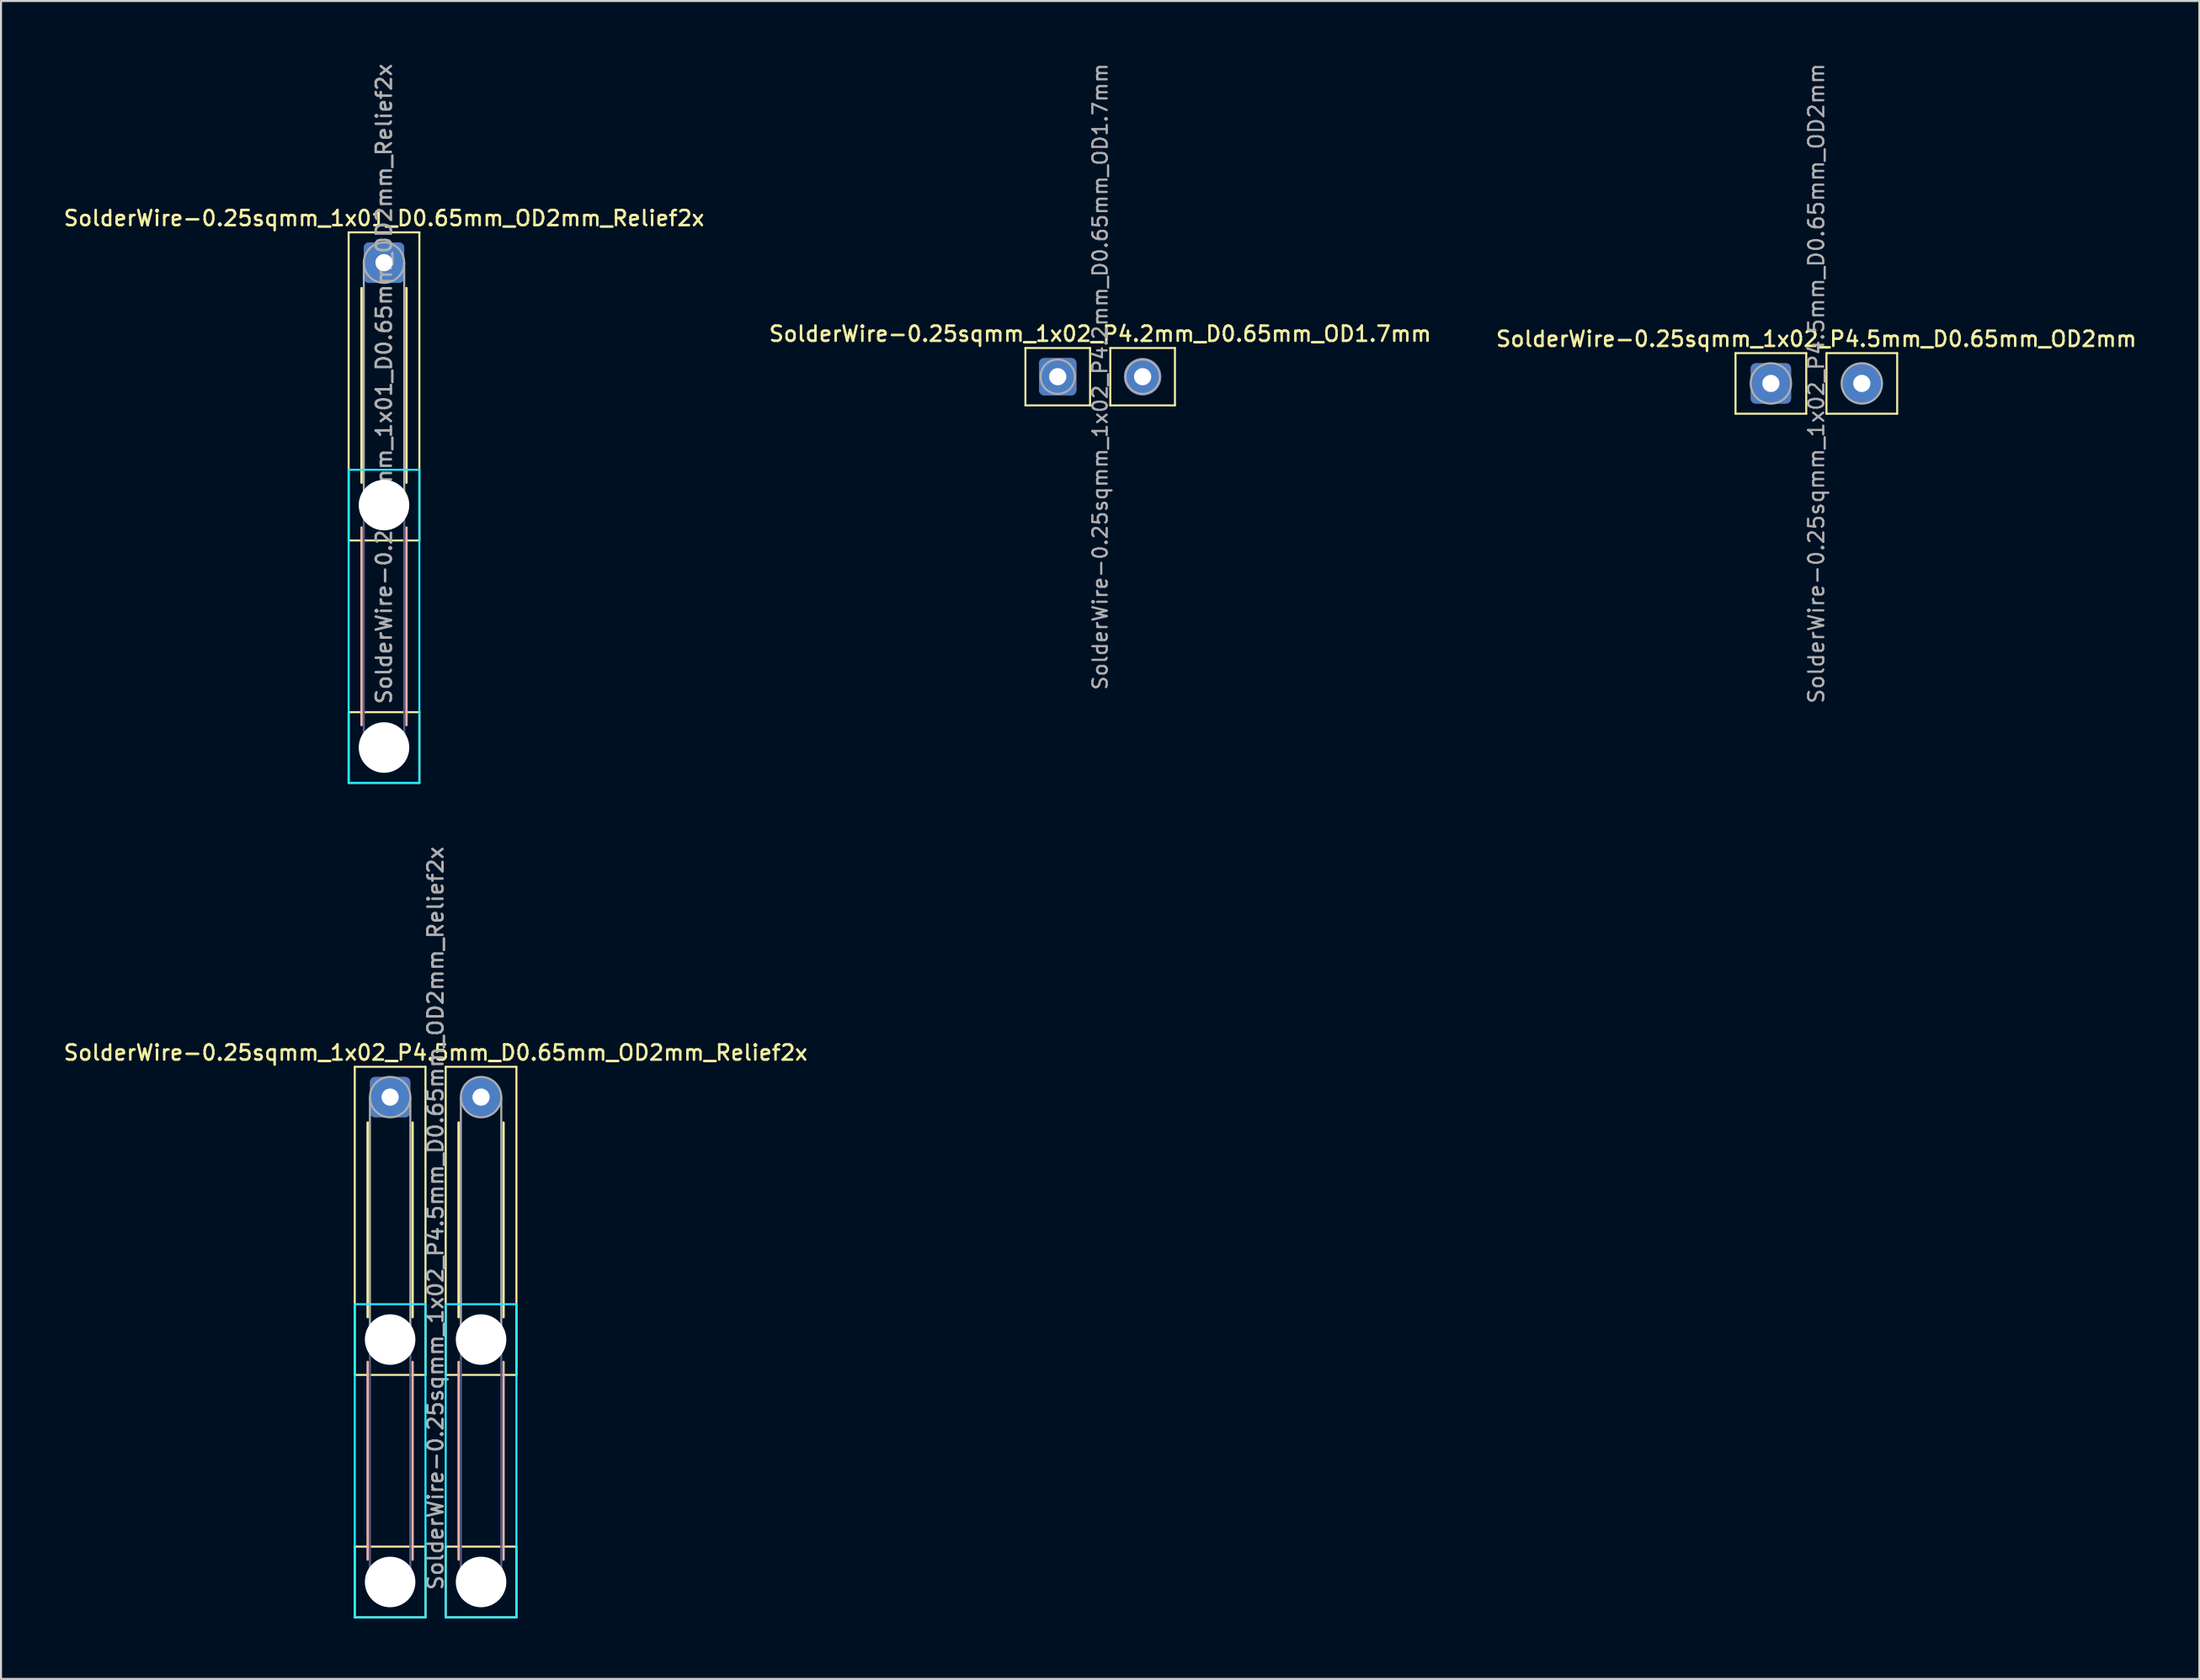
<source format=kicad_pcb>
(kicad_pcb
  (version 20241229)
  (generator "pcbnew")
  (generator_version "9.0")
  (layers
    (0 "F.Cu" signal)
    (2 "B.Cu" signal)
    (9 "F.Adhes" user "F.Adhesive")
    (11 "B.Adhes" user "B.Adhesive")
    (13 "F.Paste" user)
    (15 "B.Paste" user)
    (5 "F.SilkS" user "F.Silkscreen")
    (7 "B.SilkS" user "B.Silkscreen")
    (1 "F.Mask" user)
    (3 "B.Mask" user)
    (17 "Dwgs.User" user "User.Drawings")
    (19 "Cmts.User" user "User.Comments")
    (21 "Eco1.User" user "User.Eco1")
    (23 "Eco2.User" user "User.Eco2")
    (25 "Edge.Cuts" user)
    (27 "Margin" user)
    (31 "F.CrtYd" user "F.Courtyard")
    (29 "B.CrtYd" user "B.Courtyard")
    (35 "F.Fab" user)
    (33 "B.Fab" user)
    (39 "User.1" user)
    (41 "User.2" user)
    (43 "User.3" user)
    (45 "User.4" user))
  (footprint "SolderWire-0.25sqmm_1x02_P4.2mm_D0.65mm_OD1.7mm"
    (layer "F.Cu")
    (at 49.291 15.596)
    (property "Reference" "SolderWire-0.25sqmm_1x02_P4.2mm_D0.65mm_OD1.7mm" (at 2.1 -2.12 0) (layer "F.SilkS") (effects (font (size 0.75 0.75) (thickness 0.125))))
    (attr exclude_from_pos_files exclude_from_bom)
    (fp_line (start -1.6 -1.42) (end -1.6 1.42) (stroke (width 0.1) (type solid)) (layer "F.SilkS"))
    (fp_line (start -1.6 1.42) (end 1.6 1.42) (stroke (width 0.1) (type solid)) (layer "F.SilkS"))
    (fp_line (start 1.6 -1.42) (end -1.6 -1.42) (stroke (width 0.1) (type solid)) (layer "F.SilkS"))
    (fp_line (start 1.6 1.42) (end 1.6 -1.42) (stroke (width 0.1) (type solid)) (layer "F.SilkS"))
    (fp_line (start 2.6 -1.42) (end 2.6 1.42) (stroke (width 0.1) (type solid)) (layer "F.SilkS"))
    (fp_line (start 2.6 1.42) (end 5.8 1.42) (stroke (width 0.1) (type solid)) (layer "F.SilkS"))
    (fp_line (start 5.8 -1.42) (end 2.6 -1.42) (stroke (width 0.1) (type solid)) (layer "F.SilkS"))
    (fp_line (start 5.8 1.42) (end 5.8 -1.42) (stroke (width 0.1) (type solid)) (layer "F.SilkS"))
    (fp_circle (center 0 0) (end 0.85 0) (stroke (width 0.1) (type solid)) (fill no) (layer "F.Fab"))
    (fp_circle (center 4.2 0) (end 5.05 0) (stroke (width 0.1) (type solid)) (fill no) (layer "F.Fab"))
    (fp_text user "${REFERENCE}" (at 2.1 0 90) (layer "F.Fab") (effects (font (size 0.71 0.71) (thickness 0.11))))
    (pad "1" thru_hole roundrect (at 0 0) (size 1.85 1.85) (drill 0.85) (layers "*.Cu" "*.Mask") (roundrect_rratio 0.135))
    (pad "2" thru_hole circle (at 4.2 0) (size 1.85 1.85) (drill 0.85) (layers "*.Cu" "*.Mask")))
  (footprint "SolderWire-0.25sqmm_1x01_D0.65mm_OD2mm_Relief2x"
    (layer "F.Cu")
    (at 15.952 9.952)
    (property "Reference" "SolderWire-0.25sqmm_1x01_D0.65mm_OD2mm_Relief2x" (at 0 -2.2 0) (layer "F.SilkS") (effects (font (size 0.75 0.75) (thickness 0.125))))
    (attr exclude_from_pos_files exclude_from_bom)
    (fp_line (start -1.75 -1.5) (end -1.75 13.75) (stroke (width 0.1) (type solid)) (layer "F.SilkS"))
    (fp_line (start -1.75 13.75) (end 1.75 13.75) (stroke (width 0.1) (type solid)) (layer "F.SilkS"))
    (fp_line (start -1.75 22.25) (end -1.75 25.75) (stroke (width 0.1) (type solid)) (layer "F.SilkS"))
    (fp_line (start -1.75 25.75) (end 1.75 25.75) (stroke (width 0.1) (type solid)) (layer "F.SilkS"))
    (fp_line (start -1.11 1.26) (end -1.11 10.89) (stroke (width 0.12) (type solid)) (layer "F.SilkS"))
    (fp_line (start 1.11 1.26) (end 1.11 10.89) (stroke (width 0.12) (type solid)) (layer "F.SilkS"))
    (fp_line (start 1.75 -1.5) (end -1.75 -1.5) (stroke (width 0.1) (type solid)) (layer "F.SilkS"))
    (fp_line (start 1.75 13.75) (end 1.75 -1.5) (stroke (width 0.1) (type solid)) (layer "F.SilkS"))
    (fp_line (start 1.75 22.25) (end -1.75 22.25) (stroke (width 0.1) (type solid)) (layer "F.SilkS"))
    (fp_line (start 1.75 25.75) (end 1.75 22.25) (stroke (width 0.1) (type solid)) (layer "F.SilkS"))
    (fp_line (start -1.11 13.11) (end -1.11 22.89) (stroke (width 0.12) (type solid)) (layer "B.SilkS"))
    (fp_line (start 1.11 13.11) (end 1.11 22.89) (stroke (width 0.12) (type solid)) (layer "B.SilkS"))
    (fp_line (start -1.75 10.25) (end -1.75 25.75) (stroke (width 0.1) (type solid)) (layer "B.CrtYd"))
    (fp_line (start -1.75 25.75) (end 1.75 25.75) (stroke (width 0.1) (type solid)) (layer "B.CrtYd"))
    (fp_line (start 1.75 10.25) (end -1.75 10.25) (stroke (width 0.1) (type solid)) (layer "B.CrtYd"))
    (fp_line (start 1.75 25.75) (end 1.75 10.25) (stroke (width 0.1) (type solid)) (layer "B.CrtYd"))
    (fp_line (start -1 12) (end -1 24) (stroke (width 0.1) (type solid)) (layer "B.Fab"))
    (fp_line (start 1 12) (end 1 24) (stroke (width 0.1) (type solid)) (layer "B.Fab"))
    (fp_circle (center 0 12) (end 1 12) (stroke (width 0.1) (type solid)) (fill no) (layer "B.Fab"))
    (fp_circle (center 0 24) (end 1 24) (stroke (width 0.1) (type solid)) (fill no) (layer "B.Fab"))
    (fp_line (start -1 0) (end -1 12) (stroke (width 0.1) (type solid)) (layer "F.Fab"))
    (fp_line (start 1 0) (end 1 12) (stroke (width 0.1) (type solid)) (layer "F.Fab"))
    (fp_circle (center 0 0) (end 1 0) (stroke (width 0.1) (type solid)) (fill no) (layer "F.Fab"))
    (fp_circle (center 0 12) (end 1 12) (stroke (width 0.1) (type solid)) (fill no) (layer "F.Fab"))
    (fp_circle (center 0 24) (end 1 24) (stroke (width 0.1) (type solid)) (fill no) (layer "F.Fab"))
    (fp_text user "${REFERENCE}" (at 0 6 90) (layer "F.Fab") (effects (font (size 0.75 0.75) (thickness 0.125))))
    (pad "" np_thru_hole circle (at 0 12) (size 2.5 2.5) (drill 2.5) (layers "*.Cu" "*.Mask"))
    (pad "" np_thru_hole circle (at 0 24) (size 2.5 2.5) (drill 2.5) (layers "*.Cu" "*.Mask"))
    (pad "1" thru_hole roundrect (at 0 0) (size 2 2) (drill 0.85) (layers "*.Cu" "*.Mask") (roundrect_rratio 0.125)))
  (footprint "SolderWire-0.25sqmm_1x02_P4.5mm_D0.65mm_OD2mm_Relief2x"
    (layer "F.Cu")
    (at 16.255 51.257)
    (property "Reference" "SolderWire-0.25sqmm_1x02_P4.5mm_D0.65mm_OD2mm_Relief2x" (at 2.25 -2.2 0) (layer "F.SilkS") (effects (font (size 0.75 0.75) (thickness 0.125))))
    (attr exclude_from_pos_files exclude_from_bom)
    (fp_line (start -1.75 -1.5) (end -1.75 13.75) (stroke (width 0.1) (type solid)) (layer "F.SilkS"))
    (fp_line (start -1.75 13.75) (end 1.75 13.75) (stroke (width 0.1) (type solid)) (layer "F.SilkS"))
    (fp_line (start -1.75 22.25) (end -1.75 25.75) (stroke (width 0.1) (type solid)) (layer "F.SilkS"))
    (fp_line (start -1.75 25.75) (end 1.75 25.75) (stroke (width 0.1) (type solid)) (layer "F.SilkS"))
    (fp_line (start -1.11 1.26) (end -1.11 10.89) (stroke (width 0.12) (type solid)) (layer "F.SilkS"))
    (fp_line (start 1.11 1.26) (end 1.11 10.89) (stroke (width 0.12) (type solid)) (layer "F.SilkS"))
    (fp_line (start 1.75 -1.5) (end -1.75 -1.5) (stroke (width 0.1) (type solid)) (layer "F.SilkS"))
    (fp_line (start 1.75 13.75) (end 1.75 -1.5) (stroke (width 0.1) (type solid)) (layer "F.SilkS"))
    (fp_line (start 1.75 22.25) (end -1.75 22.25) (stroke (width 0.1) (type solid)) (layer "F.SilkS"))
    (fp_line (start 1.75 25.75) (end 1.75 22.25) (stroke (width 0.1) (type solid)) (layer "F.SilkS"))
    (fp_line (start 2.75 -1.5) (end 2.75 13.75) (stroke (width 0.1) (type solid)) (layer "F.SilkS"))
    (fp_line (start 2.75 13.75) (end 6.25 13.75) (stroke (width 0.1) (type solid)) (layer "F.SilkS"))
    (fp_line (start 2.75 22.25) (end 2.75 25.75) (stroke (width 0.1) (type solid)) (layer "F.SilkS"))
    (fp_line (start 2.75 25.75) (end 6.25 25.75) (stroke (width 0.1) (type solid)) (layer "F.SilkS"))
    (fp_line (start 3.39 1.26) (end 3.39 10.89) (stroke (width 0.12) (type solid)) (layer "F.SilkS"))
    (fp_line (start 5.61 1.26) (end 5.61 10.89) (stroke (width 0.12) (type solid)) (layer "F.SilkS"))
    (fp_line (start 6.25 -1.5) (end 2.75 -1.5) (stroke (width 0.1) (type solid)) (layer "F.SilkS"))
    (fp_line (start 6.25 13.75) (end 6.25 -1.5) (stroke (width 0.1) (type solid)) (layer "F.SilkS"))
    (fp_line (start 6.25 22.25) (end 2.75 22.25) (stroke (width 0.1) (type solid)) (layer "F.SilkS"))
    (fp_line (start 6.25 25.75) (end 6.25 22.25) (stroke (width 0.1) (type solid)) (layer "F.SilkS"))
    (fp_line (start -1.11 13.11) (end -1.11 22.89) (stroke (width 0.12) (type solid)) (layer "B.SilkS"))
    (fp_line (start 1.11 13.11) (end 1.11 22.89) (stroke (width 0.12) (type solid)) (layer "B.SilkS"))
    (fp_line (start 3.39 13.11) (end 3.39 22.89) (stroke (width 0.12) (type solid)) (layer "B.SilkS"))
    (fp_line (start 5.61 13.11) (end 5.61 22.89) (stroke (width 0.12) (type solid)) (layer "B.SilkS"))
    (fp_line (start -1.75 10.25) (end -1.75 25.75) (stroke (width 0.1) (type solid)) (layer "B.CrtYd"))
    (fp_line (start -1.75 25.75) (end 1.75 25.75) (stroke (width 0.1) (type solid)) (layer "B.CrtYd"))
    (fp_line (start 1.75 10.25) (end -1.75 10.25) (stroke (width 0.1) (type solid)) (layer "B.CrtYd"))
    (fp_line (start 1.75 25.75) (end 1.75 10.25) (stroke (width 0.1) (type solid)) (layer "B.CrtYd"))
    (fp_line (start 2.75 10.25) (end 2.75 25.75) (stroke (width 0.1) (type solid)) (layer "B.CrtYd"))
    (fp_line (start 2.75 25.75) (end 6.25 25.75) (stroke (width 0.1) (type solid)) (layer "B.CrtYd"))
    (fp_line (start 6.25 10.25) (end 2.75 10.25) (stroke (width 0.1) (type solid)) (layer "B.CrtYd"))
    (fp_line (start 6.25 25.75) (end 6.25 10.25) (stroke (width 0.1) (type solid)) (layer "B.CrtYd"))
    (fp_line (start -1 12) (end -1 24) (stroke (width 0.1) (type solid)) (layer "B.Fab"))
    (fp_line (start 1 12) (end 1 24) (stroke (width 0.1) (type solid)) (layer "B.Fab"))
    (fp_line (start 3.5 12) (end 3.5 24) (stroke (width 0.1) (type solid)) (layer "B.Fab"))
    (fp_line (start 5.5 12) (end 5.5 24) (stroke (width 0.1) (type solid)) (layer "B.Fab"))
    (fp_circle (center 0 12) (end 1 12) (stroke (width 0.1) (type solid)) (fill no) (layer "B.Fab"))
    (fp_circle (center 0 24) (end 1 24) (stroke (width 0.1) (type solid)) (fill no) (layer "B.Fab"))
    (fp_circle (center 4.5 12) (end 5.5 12) (stroke (width 0.1) (type solid)) (fill no) (layer "B.Fab"))
    (fp_circle (center 4.5 24) (end 5.5 24) (stroke (width 0.1) (type solid)) (fill no) (layer "B.Fab"))
    (fp_line (start -1 0) (end -1 12) (stroke (width 0.1) (type solid)) (layer "F.Fab"))
    (fp_line (start 1 0) (end 1 12) (stroke (width 0.1) (type solid)) (layer "F.Fab"))
    (fp_line (start 3.5 0) (end 3.5 12) (stroke (width 0.1) (type solid)) (layer "F.Fab"))
    (fp_line (start 5.5 0) (end 5.5 12) (stroke (width 0.1) (type solid)) (layer "F.Fab"))
    (fp_circle (center 0 0) (end 1 0) (stroke (width 0.1) (type solid)) (fill no) (layer "F.Fab"))
    (fp_circle (center 0 12) (end 1 12) (stroke (width 0.1) (type solid)) (fill no) (layer "F.Fab"))
    (fp_circle (center 0 24) (end 1 24) (stroke (width 0.1) (type solid)) (fill no) (layer "F.Fab"))
    (fp_circle (center 4.5 0) (end 5.5 0) (stroke (width 0.1) (type solid)) (fill no) (layer "F.Fab"))
    (fp_circle (center 4.5 12) (end 5.5 12) (stroke (width 0.1) (type solid)) (fill no) (layer "F.Fab"))
    (fp_circle (center 4.5 24) (end 5.5 24) (stroke (width 0.1) (type solid)) (fill no) (layer "F.Fab"))
    (fp_text user "${REFERENCE}" (at 2.25 6 90) (layer "F.Fab") (effects (font (size 0.75 0.75) (thickness 0.125))))
    (pad "" np_thru_hole circle (at 0 12) (size 2.5 2.5) (drill 2.5) (layers "*.Cu" "*.Mask"))
    (pad "" np_thru_hole circle (at 0 24) (size 2.5 2.5) (drill 2.5) (layers "*.Cu" "*.Mask"))
    (pad "" np_thru_hole circle (at 4.5 12) (size 2.5 2.5) (drill 2.5) (layers "*.Cu" "*.Mask"))
    (pad "" np_thru_hole circle (at 4.5 24) (size 2.5 2.5) (drill 2.5) (layers "*.Cu" "*.Mask"))
    (pad "1" thru_hole roundrect (at 0 0) (size 2 2) (drill 0.85) (layers "*.Cu" "*.Mask") (roundrect_rratio 0.125))
    (pad "2" thru_hole circle (at 4.5 0) (size 2 2) (drill 0.85) (layers "*.Cu" "*.Mask")))
  (footprint "SolderWire-0.25sqmm_1x02_P4.5mm_D0.65mm_OD2mm"
    (layer "F.Cu")
    (at 84.58 15.929)
    (property "Reference" "SolderWire-0.25sqmm_1x02_P4.5mm_D0.65mm_OD2mm" (at 2.25 -2.2 0) (layer "F.SilkS") (effects (font (size 0.75 0.75) (thickness 0.125))))
    (attr exclude_from_pos_files exclude_from_bom)
    (fp_line (start -1.75 -1.5) (end -1.75 1.5) (stroke (width 0.1) (type solid)) (layer "F.SilkS"))
    (fp_line (start -1.75 1.5) (end 1.75 1.5) (stroke (width 0.1) (type solid)) (layer "F.SilkS"))
    (fp_line (start 1.75 -1.5) (end -1.75 -1.5) (stroke (width 0.1) (type solid)) (layer "F.SilkS"))
    (fp_line (start 1.75 1.5) (end 1.75 -1.5) (stroke (width 0.1) (type solid)) (layer "F.SilkS"))
    (fp_line (start 2.75 -1.5) (end 2.75 1.5) (stroke (width 0.1) (type solid)) (layer "F.SilkS"))
    (fp_line (start 2.75 1.5) (end 6.25 1.5) (stroke (width 0.1) (type solid)) (layer "F.SilkS"))
    (fp_line (start 6.25 -1.5) (end 2.75 -1.5) (stroke (width 0.1) (type solid)) (layer "F.SilkS"))
    (fp_line (start 6.25 1.5) (end 6.25 -1.5) (stroke (width 0.1) (type solid)) (layer "F.SilkS"))
    (fp_circle (center 0 0) (end 1 0) (stroke (width 0.1) (type solid)) (fill no) (layer "F.Fab"))
    (fp_circle (center 4.5 0) (end 5.5 0) (stroke (width 0.1) (type solid)) (fill no) (layer "F.Fab"))
    (fp_text user "${REFERENCE}" (at 2.25 0 90) (layer "F.Fab") (effects (font (size 0.75 0.75) (thickness 0.11))))
    (pad "1" thru_hole roundrect (at 0 0) (size 2 2) (drill 0.85) (layers "*.Cu" "*.Mask") (roundrect_rratio 0.125))
    (pad "2" thru_hole circle (at 4.5 0) (size 2 2) (drill 0.85) (layers "*.Cu" "*.Mask")))
  (gr_rect
    (start -3 -3)
    (end 105.782 80.057)
    (stroke (width 0.1) (type default))
    (fill no)
    (layer "Edge.Cuts")))
</source>
